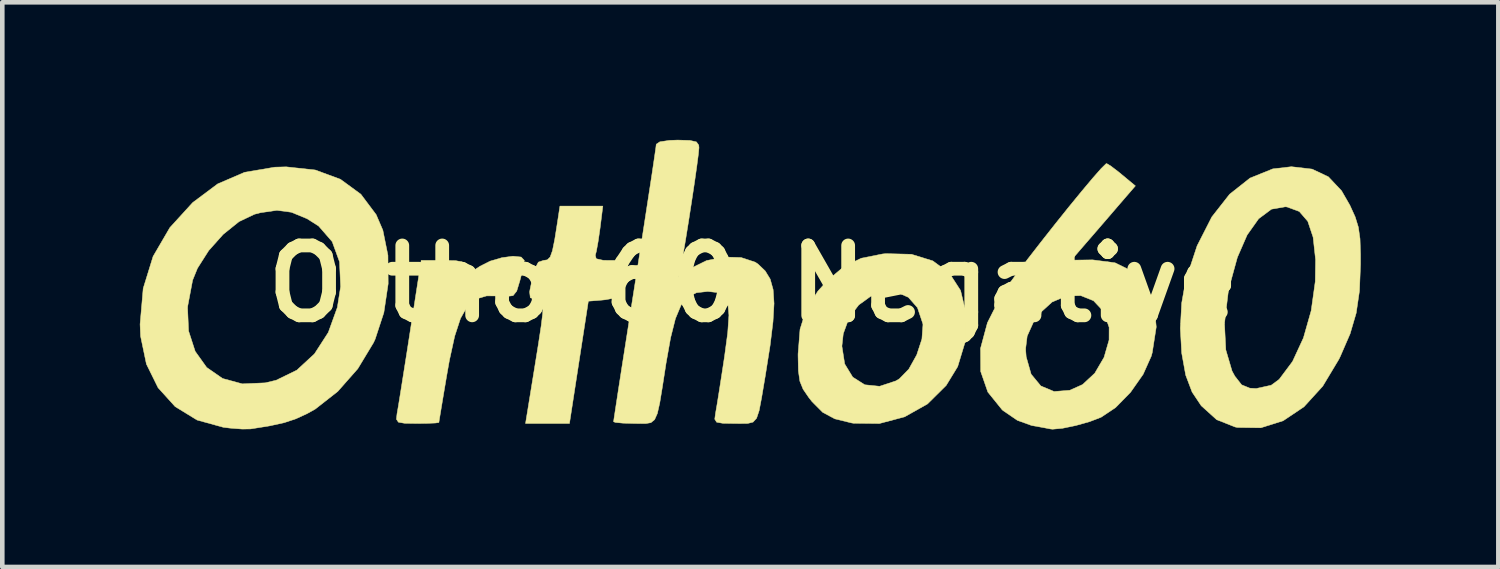
<source format=kicad_pcb>
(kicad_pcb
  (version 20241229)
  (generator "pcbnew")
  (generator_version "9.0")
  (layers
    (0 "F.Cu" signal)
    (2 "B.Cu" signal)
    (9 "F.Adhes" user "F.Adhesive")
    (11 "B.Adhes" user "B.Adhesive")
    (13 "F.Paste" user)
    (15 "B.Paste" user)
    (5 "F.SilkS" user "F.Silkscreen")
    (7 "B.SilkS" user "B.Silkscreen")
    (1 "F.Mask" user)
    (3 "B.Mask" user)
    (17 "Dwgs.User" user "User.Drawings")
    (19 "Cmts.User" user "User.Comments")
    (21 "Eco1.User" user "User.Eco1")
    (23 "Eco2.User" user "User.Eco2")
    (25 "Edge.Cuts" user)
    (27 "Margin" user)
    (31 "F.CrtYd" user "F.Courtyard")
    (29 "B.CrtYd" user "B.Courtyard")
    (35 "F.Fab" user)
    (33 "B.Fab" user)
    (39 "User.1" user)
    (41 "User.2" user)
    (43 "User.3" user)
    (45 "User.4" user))
  (footprint "Ortho 60 Negative"
    (layer "F.Cu")
    (at 13.38 3.138)
    (property "Reference" "Ortho 60 Negative" (at 0 0 0) (layer "F.SilkS") (effects (font (size 1.524 1.524) (thickness 0.3))))
    (attr through_hole)
    (fp_poly (pts (xy -3.342 -1.214) (xy -3.383 -0.931) (xy -3.423 -0.708) (xy -3.446 -0.622) (xy -3.427 -0.545) (xy -3.275 -0.511) (xy -3.153 -0.508) (xy -2.817 -0.508) (xy -2.886 -0.148) (xy -2.93 0.086) (xy -2.956 0.244) (xy -2.96 0.27) (xy -3.037 0.314) (xy -3.224 0.349) (xy -3.281 0.355) (xy -3.598 0.381) (xy -3.804 1.714) (xy -4.01 3.048) (xy -4.968 3.048) (xy -4.772 1.841) (xy -4.686 1.307) (xy -4.627 0.918) (xy -4.594 0.65) (xy -4.587 0.481) (xy -4.606 0.388) (xy -4.65 0.348) (xy -4.718 0.339) (xy -4.743 0.339) (xy -4.864 0.306) (xy -4.879 0.179) (xy -4.87 0.127) (xy -4.815 -0.135) (xy -4.782 -0.296) (xy -4.688 -0.471) (xy -4.577 -0.508) (xy -4.493 -0.521) (xy -4.431 -0.582) (xy -4.381 -0.72) (xy -4.331 -0.966) (xy -4.273 -1.333) (xy -4.218 -1.693) (xy -3.282 -1.693) (xy -3.342 -1.214)) (stroke (width 0.01) (type solid)) (fill yes) (layer "F.SilkS"))
    (fp_poly (pts (xy -5.064 -0.582) (xy -4.995 -0.509) (xy -5.016 -0.381) (xy -5.067 -0.16) (xy -5.092 -0.064) (xy -5.16 0.16) (xy -5.24 0.26) (xy -5.385 0.278) (xy -5.524 0.267) (xy -5.816 0.265) (xy -6.049 0.334) (xy -6.235 0.491) (xy -6.386 0.755) (xy -6.513 1.143) (xy -6.629 1.673) (xy -6.687 2.001) (xy -6.753 2.391) (xy -6.807 2.714) (xy -6.844 2.937) (xy -6.858 3.027) (xy -6.858 3.027) (xy -6.935 3.038) (xy -7.133 3.046) (xy -7.334 3.048) (xy -7.604 3.044) (xy -7.741 3.02) (xy -7.784 2.955) (xy -7.77 2.83) (xy -7.767 2.815) (xy -7.74 2.658) (xy -7.693 2.366) (xy -7.63 1.969) (xy -7.556 1.5) (xy -7.484 1.037) (xy -7.244 -0.508) (xy -6.763 -0.508) (xy -6.492 -0.503) (xy -6.354 -0.477) (xy -6.313 -0.417) (xy -6.325 -0.339) (xy -6.345 -0.214) (xy -6.299 -0.183) (xy -6.163 -0.249) (xy -5.961 -0.381) (xy -5.739 -0.493) (xy -5.483 -0.568) (xy -5.242 -0.6) (xy -5.064 -0.582)) (stroke (width 0.01) (type solid)) (fill yes) (layer "F.SilkS"))
    (fp_poly (pts (xy 3.449 -0.642) (xy 3.915 -0.498) (xy 4.275 -0.232) (xy 4.52 0.147) (xy 4.636 0.629) (xy 4.639 0.665) (xy 4.619 1.274) (xy 4.457 1.808) (xy 4.206 2.219) (xy 3.799 2.622) (xy 3.3 2.903) (xy 2.749 3.049) (xy 2.183 3.043) (xy 2.142 3.036) (xy 1.778 2.947) (xy 1.514 2.806) (xy 1.281 2.572) (xy 1.21 2.482) (xy 1.086 2.301) (xy 1.015 2.126) (xy 0.983 1.902) (xy 0.976 1.571) (xy 0.976 1.53) (xy 0.99 1.361) (xy 1.932 1.361) (xy 1.993 1.75) (xy 2.168 2.037) (xy 2.431 2.204) (xy 2.754 2.237) (xy 3.108 2.12) (xy 3.186 2.073) (xy 3.391 1.863) (xy 3.564 1.552) (xy 3.677 1.207) (xy 3.7 0.896) (xy 3.697 0.871) (xy 3.58 0.522) (xy 3.381 0.296) (xy 3.126 0.184) (xy 2.844 0.179) (xy 2.559 0.275) (xy 2.299 0.463) (xy 2.091 0.737) (xy 1.962 1.089) (xy 1.932 1.361) (xy 0.99 1.361) (xy 1.019 0.994) (xy 1.155 0.557) (xy 1.408 0.162) (xy 1.617 -0.07) (xy 1.975 -0.373) (xy 2.354 -0.556) (xy 2.82 -0.649) (xy 2.892 -0.656) (xy 3.449 -0.642)) (stroke (width 0.01) (type solid)) (fill yes) (layer "F.SilkS"))
    (fp_poly (pts (xy 12.187 -2.5) (xy 12.542 -2.332) (xy 12.829 -2.028) (xy 13.012 -1.71) (xy 13.127 -1.457) (xy 13.196 -1.233) (xy 13.232 -0.98) (xy 13.243 -0.642) (xy 13.243 -0.423) (xy 13.22 0.157) (xy 13.149 0.639) (xy 13.016 1.092) (xy 12.803 1.583) (xy 12.771 1.649) (xy 12.419 2.235) (xy 12.01 2.684) (xy 11.555 2.989) (xy 11.069 3.142) (xy 10.562 3.135) (xy 10.509 3.125) (xy 10.105 2.965) (xy 9.769 2.661) (xy 9.57 2.363) (xy 9.43 1.993) (xy 9.343 1.512) (xy 9.313 0.971) (xy 9.319 0.868) (xy 10.276 0.868) (xy 10.305 1.442) (xy 10.441 1.904) (xy 10.502 2.016) (xy 10.65 2.205) (xy 10.829 2.278) (xy 10.967 2.286) (xy 11.295 2.214) (xy 11.469 2.086) (xy 11.761 1.695) (xy 11.998 1.182) (xy 12.167 0.588) (xy 12.256 -0.047) (xy 12.263 -0.523) (xy 12.209 -1.015) (xy 12.093 -1.361) (xy 11.907 -1.576) (xy 11.641 -1.674) (xy 11.602 -1.678) (xy 11.301 -1.626) (xy 11.021 -1.417) (xy 10.77 -1.063) (xy 10.557 -0.574) (xy 10.389 0.037) (xy 10.356 0.198) (xy 10.276 0.868) (xy 9.319 0.868) (xy 9.343 0.421) (xy 9.43 -0.071) (xy 9.679 -0.827) (xy 10 -1.457) (xy 10.388 -1.952) (xy 10.833 -2.304) (xy 11.33 -2.505) (xy 11.736 -2.552) (xy 12.187 -2.5)) (stroke (width 0.01) (type solid)) (fill yes) (layer "F.SilkS"))
    (fp_poly (pts (xy -9.552 -2.48) (xy -9.005 -2.278) (xy -8.559 -1.951) (xy -8.226 -1.507) (xy -8.08 -1.167) (xy -7.969 -0.618) (xy -7.964 0.001) (xy -8.058 0.63) (xy -8.248 1.209) (xy -8.284 1.287) (xy -8.626 1.853) (xy -9.063 2.349) (xy -9.554 2.734) (xy -9.731 2.833) (xy -9.979 2.947) (xy -10.233 3.031) (xy -10.547 3.1) (xy -10.964 3.167) (xy -11.146 3.17) (xy -11.415 3.149) (xy -11.56 3.131) (xy -12.132 2.973) (xy -12.61 2.68) (xy -12.982 2.269) (xy -13.237 1.752) (xy -13.364 1.144) (xy -13.375 0.883) (xy -13.342 0.509) (xy -12.34 0.509) (xy -12.317 1.031) (xy -12.173 1.475) (xy -11.922 1.826) (xy -11.575 2.067) (xy -11.145 2.184) (xy -10.645 2.162) (xy -10.407 2.105) (xy -9.956 1.885) (xy -9.571 1.529) (xy -9.27 1.063) (xy -9.072 0.515) (xy -9.001 0.064) (xy -9.025 -0.478) (xy -9.185 -0.918) (xy -9.48 -1.257) (xy -9.733 -1.418) (xy -10.076 -1.559) (xy -10.39 -1.601) (xy -10.749 -1.549) (xy -10.88 -1.515) (xy -11.216 -1.355) (xy -11.562 -1.077) (xy -11.878 -0.723) (xy -12.123 -0.338) (xy -12.229 -0.077) (xy -12.34 0.509) (xy -13.342 0.509) (xy -13.307 0.103) (xy -13.091 -0.596) (xy -12.725 -1.224) (xy -12.227 -1.77) (xy -11.683 -2.177) (xy -11.096 -2.43) (xy -10.437 -2.542) (xy -10.188 -2.549) (xy -9.552 -2.48)) (stroke (width 0.01) (type solid)) (fill yes) (layer "F.SilkS"))
    (fp_poly (pts (xy 7.79 -2.572) (xy 7.955 -2.447) (xy 8.04 -2.377) (xy 8.333 -2.134) (xy 7.942 -1.681) (xy 7.686 -1.383) (xy 7.42 -1.075) (xy 7.243 -0.871) (xy 6.935 -0.514) (xy 7.401 -0.52) (xy 7.89 -0.456) (xy 8.283 -0.263) (xy 8.57 0.045) (xy 8.741 0.452) (xy 8.788 0.943) (xy 8.701 1.501) (xy 8.679 1.581) (xy 8.502 1.976) (xy 8.227 2.368) (xy 7.9 2.702) (xy 7.585 2.912) (xy 7.335 3.008) (xy 7.033 3.093) (xy 6.743 3.153) (xy 6.526 3.173) (xy 6.476 3.167) (xy 6.343 3.141) (xy 6.122 3.101) (xy 6.07 3.092) (xy 5.759 2.98) (xy 5.446 2.766) (xy 5.425 2.747) (xy 5.115 2.363) (xy 4.959 1.914) (xy 4.956 1.424) (xy 5.938 1.424) (xy 5.951 1.593) (xy 6.059 1.973) (xy 6.271 2.23) (xy 6.56 2.351) (xy 6.902 2.324) (xy 7.181 2.199) (xy 7.447 1.952) (xy 7.649 1.607) (xy 7.759 1.227) (xy 7.76 0.95) (xy 7.637 0.602) (xy 7.42 0.371) (xy 7.141 0.259) (xy 6.83 0.267) (xy 6.518 0.398) (xy 6.237 0.653) (xy 6.106 0.847) (xy 5.973 1.142) (xy 5.938 1.424) (xy 4.956 1.424) (xy 4.956 1.408) (xy 5.106 0.851) (xy 5.402 0.265) (xy 5.53 0.073) (xy 5.731 -0.202) (xy 5.985 -0.538) (xy 6.274 -0.91) (xy 6.579 -1.297) (xy 6.881 -1.674) (xy 7.162 -2.017) (xy 7.403 -2.304) (xy 7.585 -2.511) (xy 7.69 -2.614) (xy 7.705 -2.622) (xy 7.79 -2.572)) (stroke (width 0.01) (type solid)) (fill yes) (layer "F.SilkS"))
    (fp_poly (pts (xy -1.382 -3.125) (xy -1.241 -3.093) (xy -1.19 -3.022) (xy -1.185 -2.965) (xy -1.198 -2.827) (xy -1.233 -2.559) (xy -1.284 -2.201) (xy -1.346 -1.79) (xy -1.412 -1.364) (xy -1.477 -0.961) (xy -1.535 -0.62) (xy -1.578 -0.39) (xy -1.628 -0.144) (xy -1.349 -0.343) (xy -1.019 -0.505) (xy -0.639 -0.582) (xy -0.266 -0.571) (xy 0.041 -0.47) (xy 0.103 -0.428) (xy 0.259 -0.279) (xy 0.368 -0.101) (xy 0.432 0.128) (xy 0.452 0.431) (xy 0.429 0.83) (xy 0.366 1.347) (xy 0.262 2.004) (xy 0.25 2.074) (xy 0.18 2.49) (xy 0.127 2.767) (xy 0.071 2.934) (xy -0.006 3.018) (xy -0.121 3.047) (xy -0.295 3.049) (xy -0.398 3.048) (xy -0.665 3.044) (xy -0.8 3.02) (xy -0.841 2.953) (xy -0.824 2.825) (xy -0.822 2.815) (xy -0.792 2.64) (xy -0.744 2.341) (xy -0.685 1.961) (xy -0.628 1.588) (xy -0.558 1.067) (xy -0.532 0.688) (xy -0.554 0.431) (xy -0.632 0.274) (xy -0.77 0.194) (xy -0.974 0.17) (xy -1.001 0.169) (xy -1.24 0.196) (xy -1.429 0.29) (xy -1.578 0.472) (xy -1.699 0.761) (xy -1.804 1.178) (xy -1.905 1.743) (xy -1.908 1.766) (xy -1.984 2.255) (xy -2.041 2.601) (xy -2.093 2.83) (xy -2.153 2.964) (xy -2.233 3.03) (xy -2.347 3.05) (xy -2.507 3.049) (xy -2.589 3.048) (xy -2.842 3.041) (xy -3.009 3.025) (xy -3.048 3.009) (xy -3.035 2.919) (xy -2.999 2.681) (xy -2.943 2.314) (xy -2.869 1.837) (xy -2.78 1.27) (xy -2.68 0.631) (xy -2.582 0.008) (xy -2.474 -0.682) (xy -2.375 -1.32) (xy -2.288 -1.886) (xy -2.215 -2.361) (xy -2.161 -2.726) (xy -2.127 -2.96) (xy -2.117 -3.043) (xy -2.039 -3.095) (xy -1.832 -3.126) (xy -1.651 -3.133) (xy -1.382 -3.125)) (stroke (width 0.01) (type solid)) (fill yes) (layer "F.SilkS")))
  (gr_rect
    (start -3 -3)
    (end 29.629 9.316)
    (stroke (width 0.1) (type default))
    (fill no)
    (layer "Edge.Cuts")))
</source>
